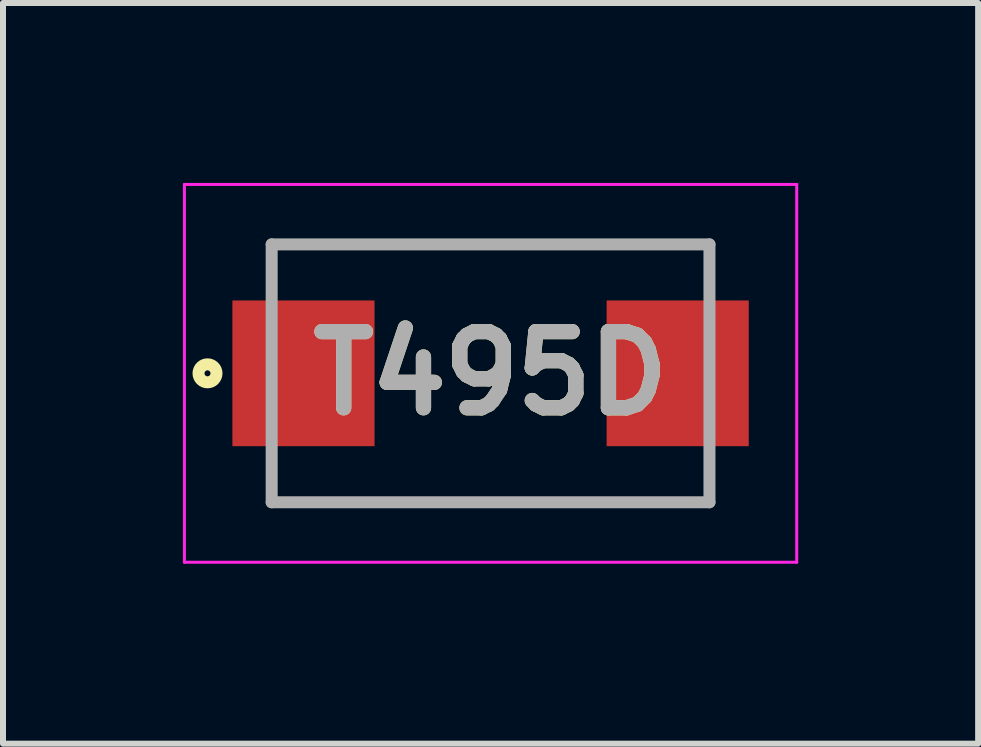
<source format=kicad_pcb>
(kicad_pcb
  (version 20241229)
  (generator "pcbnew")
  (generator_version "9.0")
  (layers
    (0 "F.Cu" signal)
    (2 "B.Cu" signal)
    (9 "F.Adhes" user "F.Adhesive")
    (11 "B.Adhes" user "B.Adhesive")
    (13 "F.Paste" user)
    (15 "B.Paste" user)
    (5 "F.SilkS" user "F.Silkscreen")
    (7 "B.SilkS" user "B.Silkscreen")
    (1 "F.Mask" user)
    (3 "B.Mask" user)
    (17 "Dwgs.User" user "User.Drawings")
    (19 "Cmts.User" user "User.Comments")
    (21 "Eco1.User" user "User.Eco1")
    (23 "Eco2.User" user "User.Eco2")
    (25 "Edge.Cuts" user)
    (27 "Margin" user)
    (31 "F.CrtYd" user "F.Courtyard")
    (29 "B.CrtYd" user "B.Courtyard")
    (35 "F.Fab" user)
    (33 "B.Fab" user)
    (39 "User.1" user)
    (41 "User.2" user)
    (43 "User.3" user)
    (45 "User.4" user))
  (footprint "T495D"
    (layer "F.Cu")
    (at 5.13 3.175)
    (property "Reference" "T495D" (at 0 0 0) (layer "F.SilkS") (effects (font (size 1.27 1.27) (thickness 0.254))))
    (attr smd)
    (fp_line (start -3.65 -2.15) (end 3.65 -2.15) (stroke (width 0.1) (type solid)) (layer "F.SilkS"))
    (fp_line (start 3.65 2.15) (end -3.65 2.15) (stroke (width 0.1) (type solid)) (layer "F.SilkS"))
    (fp_circle (center -4.72 0) (end -4.72 0.05) (stroke (width 0.2) (type solid)) (fill no) (layer "F.SilkS"))
    (fp_line (start -5.105 -3.15) (end 5.105 -3.15) (stroke (width 0.05) (type solid)) (layer "F.CrtYd"))
    (fp_line (start -5.105 3.15) (end -5.105 -3.15) (stroke (width 0.05) (type solid)) (layer "F.CrtYd"))
    (fp_line (start 5.105 -3.15) (end 5.105 3.15) (stroke (width 0.05) (type solid)) (layer "F.CrtYd"))
    (fp_line (start 5.105 3.15) (end -5.105 3.15) (stroke (width 0.05) (type solid)) (layer "F.CrtYd"))
    (fp_line (start -3.65 -2.15) (end 3.65 -2.15) (stroke (width 0.2) (type solid)) (layer "F.Fab"))
    (fp_line (start -3.65 2.15) (end -3.65 -2.15) (stroke (width 0.2) (type solid)) (layer "F.Fab"))
    (fp_line (start 3.65 -2.15) (end 3.65 2.15) (stroke (width 0.2) (type solid)) (layer "F.Fab"))
    (fp_line (start 3.65 2.15) (end -3.65 2.15) (stroke (width 0.2) (type solid)) (layer "F.Fab"))
    (fp_text user "${REFERENCE}" (at 0 0 0) (layer "F.Fab") (effects (font (size 1.27 1.27) (thickness 0.254))))
    (pad "1" smd rect (at -3.12 0) (size 2.37 2.43) (layers "F.Cu" "F.Mask" "F.Paste"))
    (pad "2" smd rect (at 3.12 0) (size 2.37 2.43) (layers "F.Cu" "F.Mask" "F.Paste")))
  (gr_rect
    (start -3 -3)
    (end 13.26 9.35)
    (stroke (width 0.1) (type default))
    (fill no)
    (layer "Edge.Cuts")))
</source>
